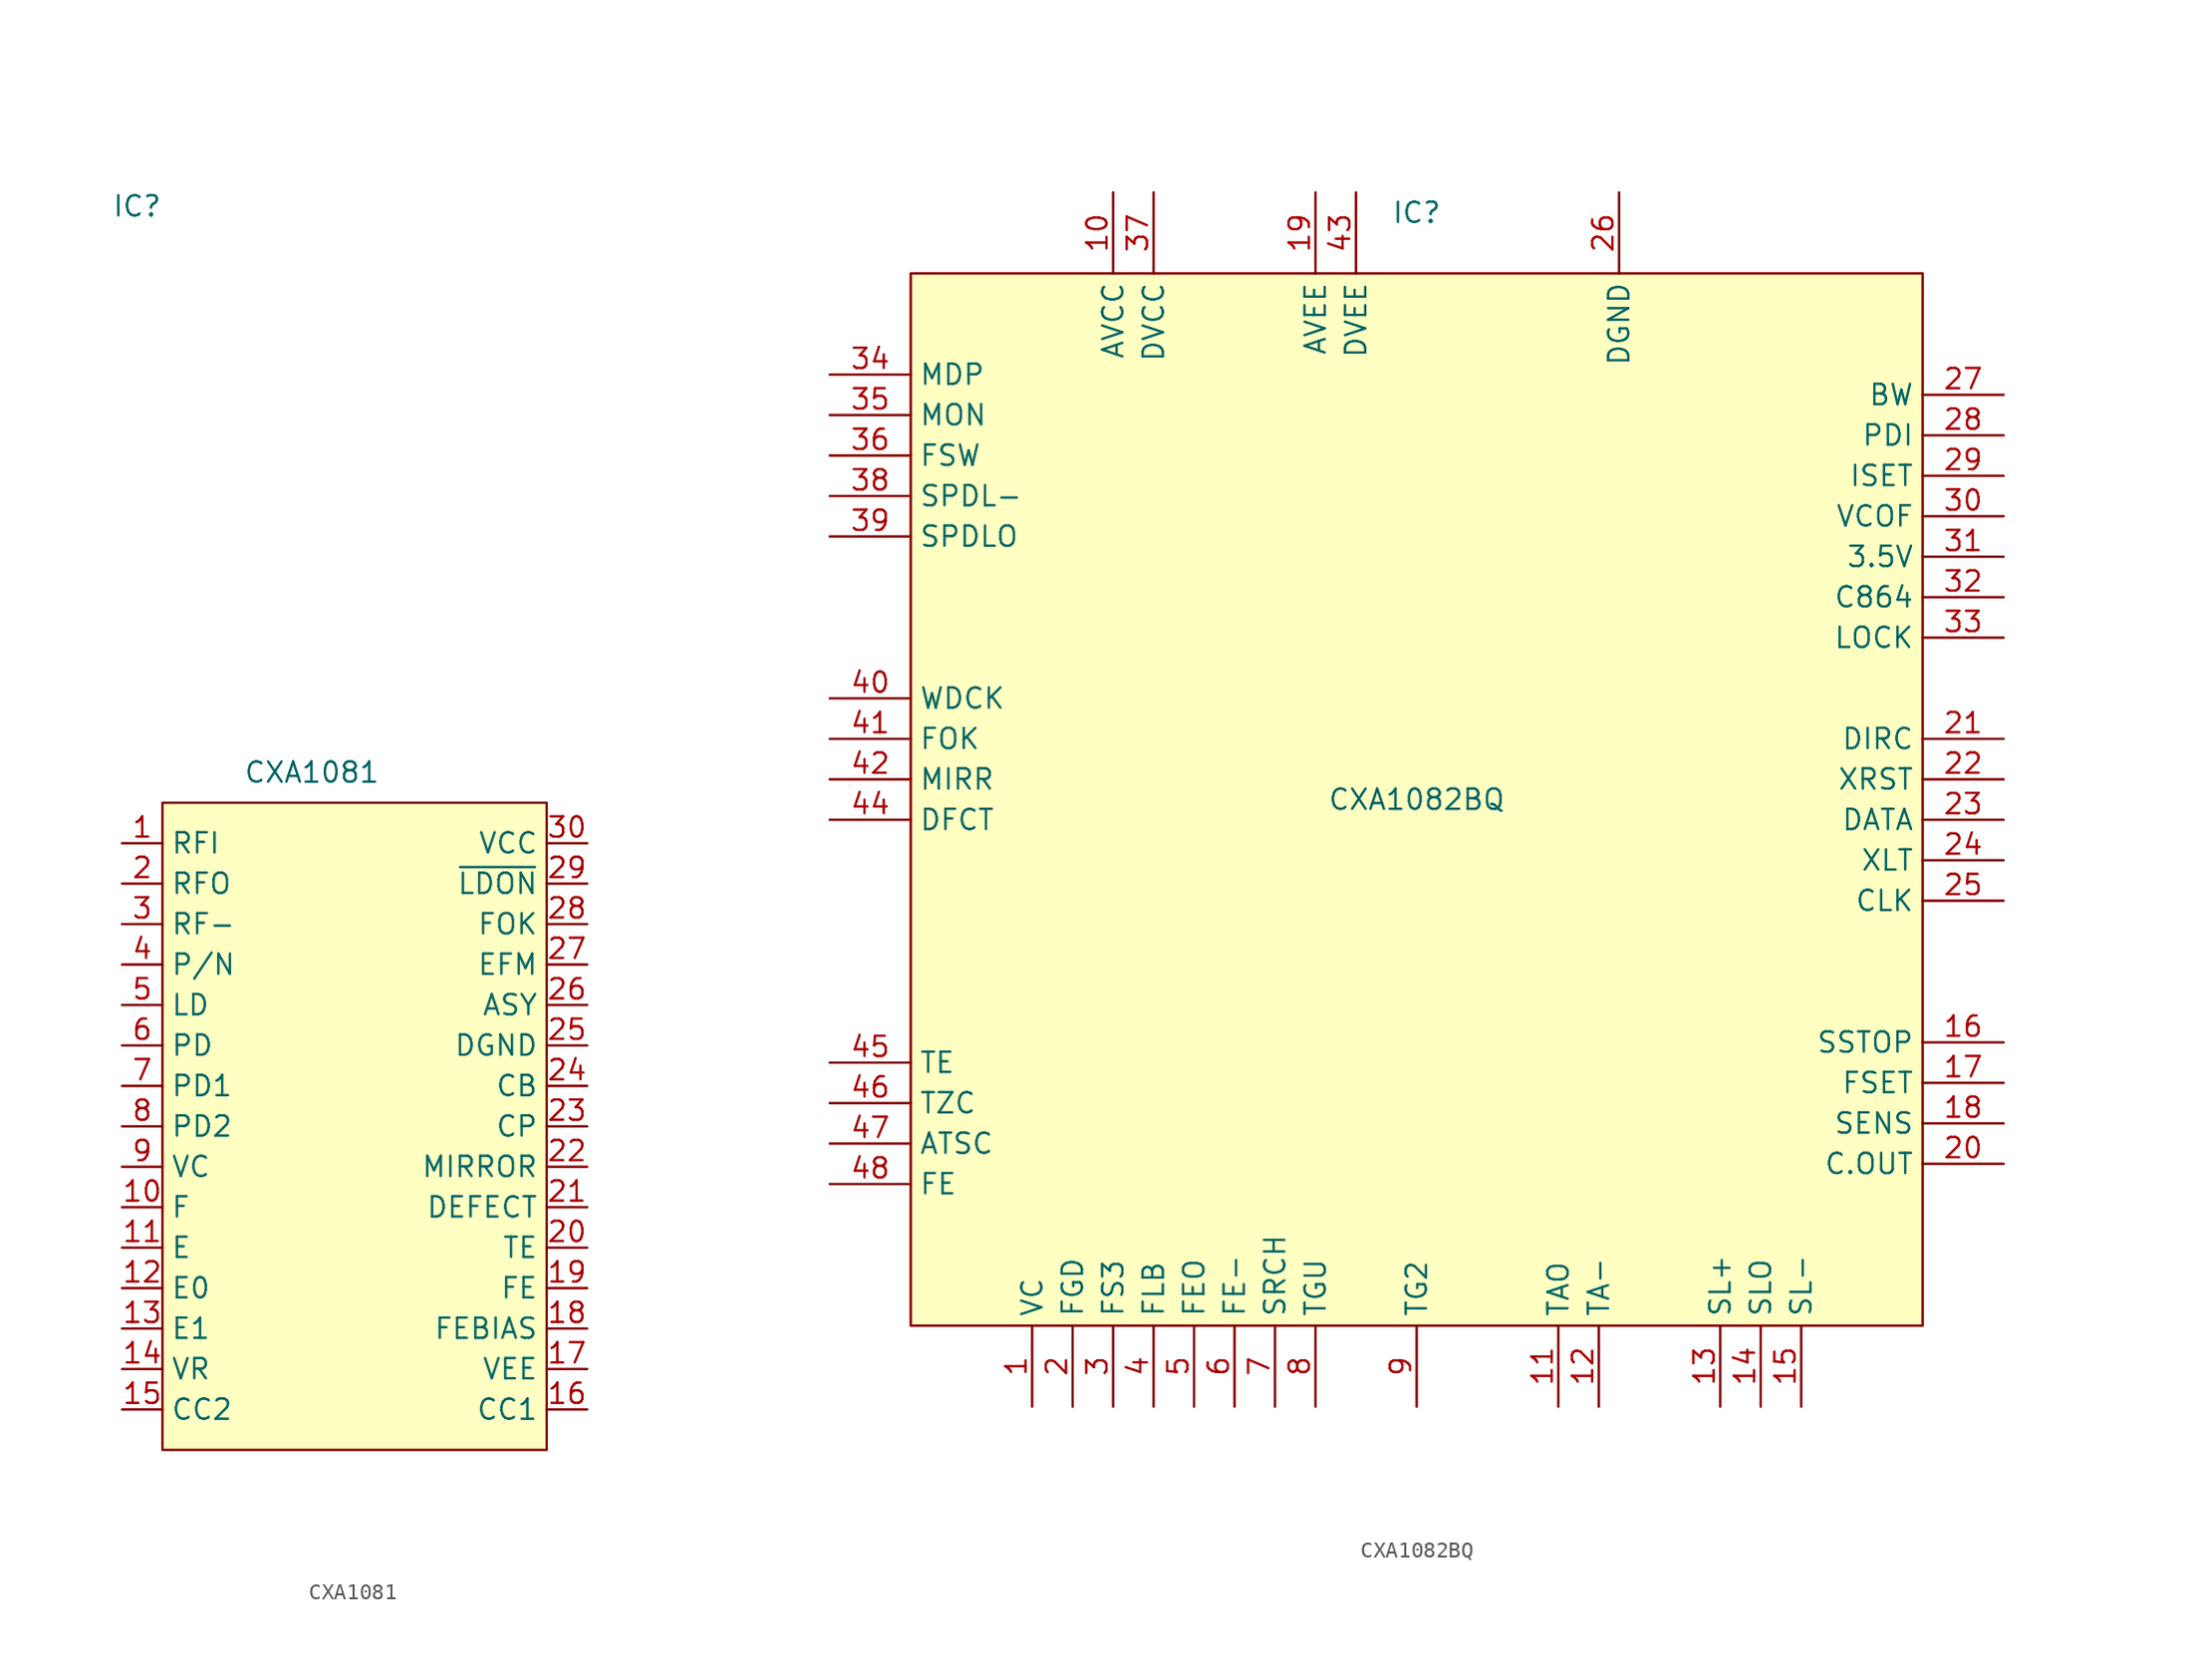
<source format=kicad_sym>
(kicad_symbol_lib
  (version 20231120)
  (generator "kicad_symbol_editor")
  (generator_version "8.0")
  (symbol "CXA1081"
    (property "Reference" "IC"
      (at -0.635 40.005 0)
      (effects (font (size 1.27 1.27)) (justify left)))
    (property "Value" "CXA1081"
      (at 7.62 4.445 0)
      (effects (font (size 1.27 1.27)) (justify left)))
    (symbol "CXA1081_0_0"
      (rectangle (start 2.54 2.54) (end 26.67 -38.1) (stroke (width 0.152) (type default)) (fill (type background))))
    (symbol "CXA1081_1_1"
      (pin input line (at 0 0 0) (length 2.54) (name "RFI" (effects (font (size 1.27 1.27)))) (number "1" (effects (font (size 1.27 1.27)))))
      (pin input line (at 0 -22.86 0) (length 2.54) (name "F" (effects (font (size 1.27 1.27)))) (number "10" (effects (font (size 1.27 1.27)))))
      (pin input line (at 0 -25.4 0) (length 2.54) (name "E" (effects (font (size 1.27 1.27)))) (number "11" (effects (font (size 1.27 1.27)))))
      (pin output line (at 0 -27.94 0) (length 2.54) (name "E0" (effects (font (size 1.27 1.27)))) (number "12" (effects (font (size 1.27 1.27)))))
      (pin input line (at 0 -30.48 0) (length 2.54) (name "E1" (effects (font (size 1.27 1.27)))) (number "13" (effects (font (size 1.27 1.27)))))
      (pin power_out line (at 0 -33.02 0) (length 2.54) (name "VR" (effects (font (size 1.27 1.27)))) (number "14" (effects (font (size 1.27 1.27)))))
      (pin input line (at 0 -35.56 0) (length 2.54) (name "CC2" (effects (font (size 1.27 1.27)))) (number "15" (effects (font (size 1.27 1.27)))))
      (pin input line (at 29.21 -35.56 180) (length 2.54) (name "CC1" (effects (font (size 1.27 1.27)))) (number "16" (effects (font (size 1.27 1.27)))))
      (pin power_in line (at 29.21 -33.02 180) (length 2.54) (name "VEE" (effects (font (size 1.27 1.27)))) (number "17" (effects (font (size 1.27 1.27)))))
      (pin input line (at 29.21 -30.48 180) (length 2.54) (name "FEBIAS" (effects (font (size 1.27 1.27)))) (number "18" (effects (font (size 1.27 1.27)))))
      (pin output line (at 29.21 -27.94 180) (length 2.54) (name "FE" (effects (font (size 1.27 1.27)))) (number "19" (effects (font (size 1.27 1.27)))))
      (pin output line (at 0 -2.54 0) (length 2.54) (name "RFO" (effects (font (size 1.27 1.27)))) (number "2" (effects (font (size 1.27 1.27)))))
      (pin output line (at 29.21 -25.4 180) (length 2.54) (name "TE" (effects (font (size 1.27 1.27)))) (number "20" (effects (font (size 1.27 1.27)))))
      (pin output line (at 29.21 -22.86 180) (length 2.54) (name "DEFECT" (effects (font (size 1.27 1.27)))) (number "21" (effects (font (size 1.27 1.27)))))
      (pin input line (at 29.21 -20.32 180) (length 2.54) (name "MIRROR" (effects (font (size 1.27 1.27)))) (number "22" (effects (font (size 1.27 1.27)))))
      (pin input line (at 29.21 -17.78 180) (length 2.54) (name "CP" (effects (font (size 1.27 1.27)))) (number "23" (effects (font (size 1.27 1.27)))))
      (pin input line (at 29.21 -15.24 180) (length 2.54) (name "CB" (effects (font (size 1.27 1.27)))) (number "24" (effects (font (size 1.27 1.27)))))
      (pin power_in line (at 29.21 -12.7 180) (length 2.54) (name "DGND" (effects (font (size 1.27 1.27)))) (number "25" (effects (font (size 1.27 1.27)))))
      (pin input line (at 29.21 -10.16 180) (length 2.54) (name "ASY" (effects (font (size 1.27 1.27)))) (number "26" (effects (font (size 1.27 1.27)))))
      (pin output line (at 29.21 -7.62 180) (length 2.54) (name "EFM" (effects (font (size 1.27 1.27)))) (number "27" (effects (font (size 1.27 1.27)))))
      (pin input line (at 29.21 -5.08 180) (length 2.54) (name "FOK" (effects (font (size 1.27 1.27)))) (number "28" (effects (font (size 1.27 1.27)))))
      (pin input line (at 29.21 -2.54 180) (length 2.54) (name "~{LDON}" (effects (font (size 1.27 1.27)))) (number "29" (effects (font (size 1.27 1.27)))))
      (pin input line (at 0 -5.08 0) (length 2.54) (name "RF-" (effects (font (size 1.27 1.27)))) (number "3" (effects (font (size 1.27 1.27)))))
      (pin power_in line (at 29.21 0 180) (length 2.54) (name "VCC" (effects (font (size 1.27 1.27)))) (number "30" (effects (font (size 1.27 1.27)))))
      (pin input line (at 0 -7.62 0) (length 2.54) (name "P/N" (effects (font (size 1.27 1.27)))) (number "4" (effects (font (size 1.27 1.27)))))
      (pin output line (at 0 -10.16 0) (length 2.54) (name "LD" (effects (font (size 1.27 1.27)))) (number "5" (effects (font (size 1.27 1.27)))))
      (pin input line (at 0 -12.7 0) (length 2.54) (name "PD" (effects (font (size 1.27 1.27)))) (number "6" (effects (font (size 1.27 1.27)))))
      (pin input line (at 0 -15.24 0) (length 2.54) (name "PD1" (effects (font (size 1.27 1.27)))) (number "7" (effects (font (size 1.27 1.27)))))
      (pin input line (at 0 -17.78 0) (length 2.54) (name "PD2" (effects (font (size 1.27 1.27)))) (number "8" (effects (font (size 1.27 1.27)))))
      (pin power_in line (at 0 -20.32 0) (length 2.54) (name "VC" (effects (font (size 1.27 1.27)))) (number "9" (effects (font (size 1.27 1.27)))))))
  (symbol "CXA1082BQ"
    (property "Reference" "IC"
      (at 0 36.83 0)
      (effects (font (size 1.27 1.27))))
    (property "Value" "CXA1082BQ"
      (at 0 0 0)
      (effects (font (size 1.27 1.27))))
    (symbol "CXA1082BQ_1_1"
      (rectangle (start -31.75 33.02) (end 31.75 -33.02) (stroke (width 0) (type default)) (fill (type background)))
      (pin passive line (at -24.13 -38.1 90) (length 5.08) (name "VC" (effects (font (size 1.27 1.27)))) (number "1" (effects (font (size 1.27 1.27)))))
      (pin passive line (at -19.05 38.1 270) (length 5.08) (name "AVCC" (effects (font (size 1.27 1.27)))) (number "10" (effects (font (size 1.27 1.27)))))
      (pin passive line (at 8.89 -38.1 90) (length 5.08) (name "TAO" (effects (font (size 1.27 1.27)))) (number "11" (effects (font (size 1.27 1.27)))))
      (pin passive line (at 11.43 -38.1 90) (length 5.08) (name "TA-" (effects (font (size 1.27 1.27)))) (number "12" (effects (font (size 1.27 1.27)))))
      (pin passive line (at 19.05 -38.1 90) (length 5.08) (name "SL+" (effects (font (size 1.27 1.27)))) (number "13" (effects (font (size 1.27 1.27)))))
      (pin passive line (at 21.59 -38.1 90) (length 5.08) (name "SLO" (effects (font (size 1.27 1.27)))) (number "14" (effects (font (size 1.27 1.27)))))
      (pin passive line (at 24.13 -38.1 90) (length 5.08) (name "SL-" (effects (font (size 1.27 1.27)))) (number "15" (effects (font (size 1.27 1.27)))))
      (pin passive line (at 36.83 -15.24 180) (length 5.08) (name "SSTOP" (effects (font (size 1.27 1.27)))) (number "16" (effects (font (size 1.27 1.27)))))
      (pin passive line (at 36.83 -17.78 180) (length 5.08) (name "FSET" (effects (font (size 1.27 1.27)))) (number "17" (effects (font (size 1.27 1.27)))))
      (pin passive line (at 36.83 -20.32 180) (length 5.08) (name "SENS" (effects (font (size 1.27 1.27)))) (number "18" (effects (font (size 1.27 1.27)))))
      (pin passive line (at -6.35 38.1 270) (length 5.08) (name "AVEE" (effects (font (size 1.27 1.27)))) (number "19" (effects (font (size 1.27 1.27)))))
      (pin passive line (at -21.59 -38.1 90) (length 5.08) (name "FGD" (effects (font (size 1.27 1.27)))) (number "2" (effects (font (size 1.27 1.27)))))
      (pin passive line (at 36.83 -22.86 180) (length 5.08) (name "C.OUT" (effects (font (size 1.27 1.27)))) (number "20" (effects (font (size 1.27 1.27)))))
      (pin passive line (at 36.83 3.81 180) (length 5.08) (name "DIRC" (effects (font (size 1.27 1.27)))) (number "21" (effects (font (size 1.27 1.27)))))
      (pin passive line (at 36.83 1.27 180) (length 5.08) (name "XRST" (effects (font (size 1.27 1.27)))) (number "22" (effects (font (size 1.27 1.27)))))
      (pin passive line (at 36.83 -1.27 180) (length 5.08) (name "DATA" (effects (font (size 1.27 1.27)))) (number "23" (effects (font (size 1.27 1.27)))))
      (pin passive line (at 36.83 -3.81 180) (length 5.08) (name "XLT" (effects (font (size 1.27 1.27)))) (number "24" (effects (font (size 1.27 1.27)))))
      (pin passive line (at 36.83 -6.35 180) (length 5.08) (name "CLK" (effects (font (size 1.27 1.27)))) (number "25" (effects (font (size 1.27 1.27)))))
      (pin passive line (at 12.7 38.1 270) (length 5.08) (name "DGND" (effects (font (size 1.27 1.27)))) (number "26" (effects (font (size 1.27 1.27)))))
      (pin passive line (at 36.83 25.4 180) (length 5.08) (name "BW" (effects (font (size 1.27 1.27)))) (number "27" (effects (font (size 1.27 1.27)))))
      (pin passive line (at 36.83 22.86 180) (length 5.08) (name "PDI" (effects (font (size 1.27 1.27)))) (number "28" (effects (font (size 1.27 1.27)))))
      (pin passive line (at 36.83 20.32 180) (length 5.08) (name "ISET" (effects (font (size 1.27 1.27)))) (number "29" (effects (font (size 1.27 1.27)))))
      (pin passive line (at -19.05 -38.1 90) (length 5.08) (name "FS3" (effects (font (size 1.27 1.27)))) (number "3" (effects (font (size 1.27 1.27)))))
      (pin passive line (at 36.83 17.78 180) (length 5.08) (name "VCOF" (effects (font (size 1.27 1.27)))) (number "30" (effects (font (size 1.27 1.27)))))
      (pin passive line (at 36.83 15.24 180) (length 5.08) (name "3.5V" (effects (font (size 1.27 1.27)))) (number "31" (effects (font (size 1.27 1.27)))))
      (pin passive line (at 36.83 12.7 180) (length 5.08) (name "C864" (effects (font (size 1.27 1.27)))) (number "32" (effects (font (size 1.27 1.27)))))
      (pin passive line (at 36.83 10.16 180) (length 5.08) (name "LOCK" (effects (font (size 1.27 1.27)))) (number "33" (effects (font (size 1.27 1.27)))))
      (pin passive line (at -36.83 26.67 0) (length 5.08) (name "MDP" (effects (font (size 1.27 1.27)))) (number "34" (effects (font (size 1.27 1.27)))))
      (pin passive line (at -36.83 24.13 0) (length 5.08) (name "MON" (effects (font (size 1.27 1.27)))) (number "35" (effects (font (size 1.27 1.27)))))
      (pin passive line (at -36.83 21.59 0) (length 5.08) (name "FSW" (effects (font (size 1.27 1.27)))) (number "36" (effects (font (size 1.27 1.27)))))
      (pin passive line (at -16.51 38.1 270) (length 5.08) (name "DVCC" (effects (font (size 1.27 1.27)))) (number "37" (effects (font (size 1.27 1.27)))))
      (pin passive line (at -36.83 19.05 0) (length 5.08) (name "SPDL-" (effects (font (size 1.27 1.27)))) (number "38" (effects (font (size 1.27 1.27)))))
      (pin passive line (at -36.83 16.51 0) (length 5.08) (name "SPDLO" (effects (font (size 1.27 1.27)))) (number "39" (effects (font (size 1.27 1.27)))))
      (pin passive line (at -16.51 -38.1 90) (length 5.08) (name "FLB" (effects (font (size 1.27 1.27)))) (number "4" (effects (font (size 1.27 1.27)))))
      (pin passive line (at -36.83 6.35 0) (length 5.08) (name "WDCK" (effects (font (size 1.27 1.27)))) (number "40" (effects (font (size 1.27 1.27)))))
      (pin passive line (at -36.83 3.81 0) (length 5.08) (name "FOK" (effects (font (size 1.27 1.27)))) (number "41" (effects (font (size 1.27 1.27)))))
      (pin passive line (at -36.83 1.27 0) (length 5.08) (name "MIRR" (effects (font (size 1.27 1.27)))) (number "42" (effects (font (size 1.27 1.27)))))
      (pin passive line (at -3.81 38.1 270) (length 5.08) (name "DVEE" (effects (font (size 1.27 1.27)))) (number "43" (effects (font (size 1.27 1.27)))))
      (pin passive line (at -36.83 -1.27 0) (length 5.08) (name "DFCT" (effects (font (size 1.27 1.27)))) (number "44" (effects (font (size 1.27 1.27)))))
      (pin passive line (at -36.83 -16.51 0) (length 5.08) (name "TE" (effects (font (size 1.27 1.27)))) (number "45" (effects (font (size 1.27 1.27)))))
      (pin passive line (at -36.83 -19.05 0) (length 5.08) (name "TZC" (effects (font (size 1.27 1.27)))) (number "46" (effects (font (size 1.27 1.27)))))
      (pin passive line (at -36.83 -21.59 0) (length 5.08) (name "ATSC" (effects (font (size 1.27 1.27)))) (number "47" (effects (font (size 1.27 1.27)))))
      (pin passive line (at -36.83 -24.13 0) (length 5.08) (name "FE" (effects (font (size 1.27 1.27)))) (number "48" (effects (font (size 1.27 1.27)))))
      (pin passive line (at -13.97 -38.1 90) (length 5.08) (name "FEO" (effects (font (size 1.27 1.27)))) (number "5" (effects (font (size 1.27 1.27)))))
      (pin passive line (at -11.43 -38.1 90) (length 5.08) (name "FE-" (effects (font (size 1.27 1.27)))) (number "6" (effects (font (size 1.27 1.27)))))
      (pin passive line (at -8.89 -38.1 90) (length 5.08) (name "SRCH" (effects (font (size 1.27 1.27)))) (number "7" (effects (font (size 1.27 1.27)))))
      (pin passive line (at -6.35 -38.1 90) (length 5.08) (name "TGU" (effects (font (size 1.27 1.27)))) (number "8" (effects (font (size 1.27 1.27)))))
      (pin passive line (at 0 -38.1 90) (length 5.08) (name "TG2" (effects (font (size 1.27 1.27)))) (number "9" (effects (font (size 1.27 1.27))))))))
</source>
